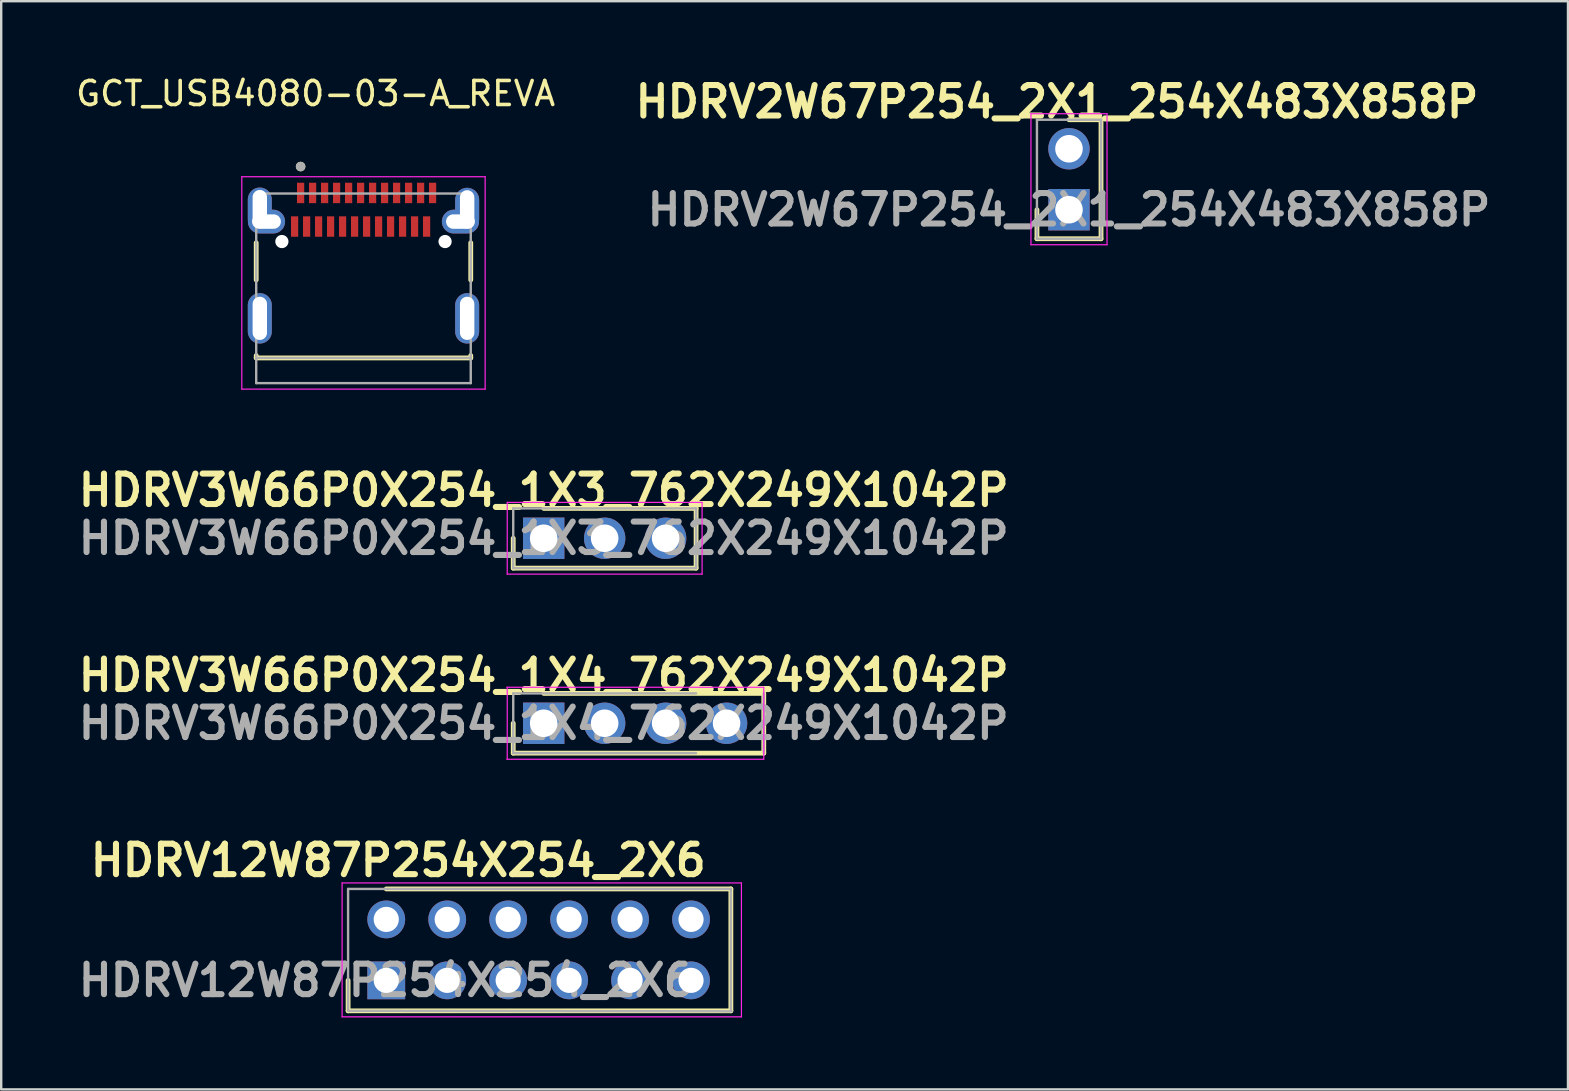
<source format=kicad_pcb>
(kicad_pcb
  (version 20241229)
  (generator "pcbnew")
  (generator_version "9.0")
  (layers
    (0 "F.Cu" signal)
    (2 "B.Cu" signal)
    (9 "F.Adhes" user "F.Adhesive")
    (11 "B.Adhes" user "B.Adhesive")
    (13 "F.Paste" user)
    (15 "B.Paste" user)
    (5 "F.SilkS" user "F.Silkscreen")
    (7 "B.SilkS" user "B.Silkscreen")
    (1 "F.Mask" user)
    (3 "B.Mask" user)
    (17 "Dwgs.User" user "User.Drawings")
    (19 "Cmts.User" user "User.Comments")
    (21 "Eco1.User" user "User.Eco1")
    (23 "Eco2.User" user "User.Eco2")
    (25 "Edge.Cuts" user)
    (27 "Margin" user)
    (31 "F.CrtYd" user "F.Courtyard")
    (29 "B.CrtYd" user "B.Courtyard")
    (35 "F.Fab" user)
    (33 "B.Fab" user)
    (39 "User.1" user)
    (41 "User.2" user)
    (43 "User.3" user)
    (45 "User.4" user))
  (footprint "GCT_USB4080-03-A_REVA"
    (layer "F.Cu")
    (at 12.096 5.665)
    (property "Reference" "GCT_USB4080-03-A_REVA" (at -1.995 -4.817 0) (layer "F.SilkS") (effects (font (size 1 1) (thickness 0.15))))
    (attr smd)
    (fp_line (start -4.47 1.4) (end -4.47 2.95) (stroke (width 0.2) (type solid)) (layer "F.SilkS"))
    (fp_line (start -4.47 6.2) (end -4.47 6.1) (stroke (width 0.2) (type solid)) (layer "F.SilkS"))
    (fp_line (start -4.47 6.2) (end 4.47 6.2) (stroke (width 0.2) (type solid)) (layer "F.SilkS"))
    (fp_line (start 4.47 1.4) (end 4.47 2.95) (stroke (width 0.2) (type solid)) (layer "F.SilkS"))
    (fp_line (start 4.47 6.2) (end 4.47 6.1) (stroke (width 0.2) (type solid)) (layer "F.SilkS"))
    (fp_circle (center -2.62 -1.775) (end -2.52 -1.775) (stroke (width 0.2) (type solid)) (fill no) (layer "F.SilkS"))
    (fp_line (start -5.07 -1.35) (end -5.07 7.5) (stroke (width 0.05) (type solid)) (layer "F.CrtYd"))
    (fp_line (start -5.07 7.5) (end 5.07 7.5) (stroke (width 0.05) (type solid)) (layer "F.CrtYd"))
    (fp_line (start 5.07 -1.35) (end -5.07 -1.35) (stroke (width 0.05) (type solid)) (layer "F.CrtYd"))
    (fp_line (start 5.07 7.5) (end 5.07 -1.35) (stroke (width 0.05) (type solid)) (layer "F.CrtYd"))
    (fp_line (start -4.47 -0.65) (end -4.47 6.2) (stroke (width 0.1) (type solid)) (layer "F.Fab"))
    (fp_line (start -4.47 6.2) (end -4.47 7.25) (stroke (width 0.1) (type solid)) (layer "F.Fab"))
    (fp_line (start -4.47 6.2) (end 4.47 6.2) (stroke (width 0.1) (type solid)) (layer "F.Fab"))
    (fp_line (start -4.47 7.25) (end 4.47 7.25) (stroke (width 0.1) (type solid)) (layer "F.Fab"))
    (fp_line (start 4.47 -0.65) (end -4.47 -0.65) (stroke (width 0.1) (type solid)) (layer "F.Fab"))
    (fp_line (start 4.47 6.2) (end 4.47 -0.65) (stroke (width 0.1) (type solid)) (layer "F.Fab"))
    (fp_line (start 4.47 7.25) (end 4.47 6.2) (stroke (width 0.1) (type solid)) (layer "F.Fab"))
    (fp_circle (center -2.62 -1.775) (end -2.52 -1.775) (stroke (width 0.2) (type solid)) (fill no) (layer "F.Fab"))
    (pad "" np_thru_hole circle (at -3.4 1.35) (size 0.55 0.55) (drill 0.55) (layers "*.Cu" "*.Mask"))
    (pad "" np_thru_hole circle (at 3.4 1.35) (size 0.55 0.55) (drill 0.55) (layers "*.Cu" "*.Mask"))
    (pad "31" thru_hole oval (at -4.042 0.518) (size 1.549 0.991) (drill oval 1.2 0.6) (layers "*.Cu" "*.Paste" "*.Mask"))
    (pad "32" thru_hole oval (at 4.041 0.518) (size 1.549 0.991) (drill oval 1.2 0.6) (layers "*.Cu" "*.Paste" "*.Mask"))
    (pad "A1" smd rect (at -2.62 -0.675) (size 0.3 0.85) (layers "F.Cu" "F.Mask" "F.Paste"))
    (pad "A2" smd rect (at -2.12 -0.675) (size 0.3 0.85) (layers "F.Cu" "F.Mask" "F.Paste"))
    (pad "A3" smd rect (at -1.62 -0.675) (size 0.3 0.85) (layers "F.Cu" "F.Mask" "F.Paste"))
    (pad "A4" smd rect (at -1.12 -0.675) (size 0.3 0.85) (layers "F.Cu" "F.Mask" "F.Paste"))
    (pad "A5" smd rect (at -0.62 -0.675) (size 0.3 0.85) (layers "F.Cu" "F.Mask" "F.Paste"))
    (pad "A6" smd rect (at -0.12 -0.675) (size 0.3 0.85) (layers "F.Cu" "F.Mask" "F.Paste"))
    (pad "A7" smd rect (at 0.38 -0.675) (size 0.3 0.85) (layers "F.Cu" "F.Mask" "F.Paste"))
    (pad "A8" smd rect (at 0.88 -0.675) (size 0.3 0.85) (layers "F.Cu" "F.Mask" "F.Paste"))
    (pad "A9" smd rect (at 1.38 -0.675) (size 0.3 0.85) (layers "F.Cu" "F.Mask" "F.Paste"))
    (pad "A10" smd rect (at 1.88 -0.675) (size 0.3 0.85) (layers "F.Cu" "F.Mask" "F.Paste"))
    (pad "A11" smd rect (at 2.38 -0.675) (size 0.3 0.85) (layers "F.Cu" "F.Mask" "F.Paste"))
    (pad "A12" smd rect (at 2.88 -0.675) (size 0.3 0.85) (layers "F.Cu" "F.Mask" "F.Paste"))
    (pad "B1" smd rect (at 2.63 0.725) (size 0.3 0.85) (layers "F.Cu" "F.Mask" "F.Paste"))
    (pad "B2" smd rect (at 2.13 0.725) (size 0.3 0.85) (layers "F.Cu" "F.Mask" "F.Paste"))
    (pad "B3" smd rect (at 1.63 0.725) (size 0.3 0.85) (layers "F.Cu" "F.Mask" "F.Paste"))
    (pad "B4" smd rect (at 1.13 0.725) (size 0.3 0.85) (layers "F.Cu" "F.Mask" "F.Paste"))
    (pad "B5" smd rect (at 0.63 0.725) (size 0.3 0.85) (layers "F.Cu" "F.Mask" "F.Paste"))
    (pad "B6" smd rect (at 0.13 0.725) (size 0.3 0.85) (layers "F.Cu" "F.Mask" "F.Paste"))
    (pad "B7" smd rect (at -0.37 0.725) (size 0.3 0.85) (layers "F.Cu" "F.Mask" "F.Paste"))
    (pad "B8" smd rect (at -0.87 0.725) (size 0.3 0.85) (layers "F.Cu" "F.Mask" "F.Paste"))
    (pad "B9" smd rect (at -1.37 0.725) (size 0.3 0.85) (layers "F.Cu" "F.Mask" "F.Paste"))
    (pad "B10" smd rect (at -1.87 0.725) (size 0.3 0.85) (layers "F.Cu" "F.Mask" "F.Paste"))
    (pad "B11" smd rect (at -2.37 0.725) (size 0.3 0.85) (layers "F.Cu" "F.Mask" "F.Paste"))
    (pad "B12" smd rect (at -2.87 0.725) (size 0.3 0.85) (layers "F.Cu" "F.Mask" "F.Paste"))
    (pad "G1" thru_hole oval (at -4.32 0) (size 1 1.8) (drill oval 0.6 1.6) (layers "*.Cu" "*.Paste" "*.Mask"))
    (pad "G2" thru_hole oval (at 4.32 0.01) (size 1 1.8) (drill oval 0.6 1.6) (layers "*.Cu" "*.Paste" "*.Mask"))
    (pad "G3" thru_hole oval (at -4.32 4.55) (size 1 2.1) (drill oval 0.6 1.8) (layers "*.Cu" "*.Paste" "*.Mask"))
    (pad "G4" thru_hole oval (at 4.32 4.55) (size 1 2.1) (drill oval 0.6 1.8) (layers "*.Cu" "*.Paste" "*.Mask")))
  (footprint "HDRV3W66P0X254_1X4_762X249X1042P"
    (layer "F.Cu")
    (at 19.606 27.088)
    (property "Reference" "HDRV3W66P0X254_1X4_762X249X1042P" (at 0 -2 0) (layer "F.SilkS") (effects (font (size 1.27 1.27) (thickness 0.254))))
    (attr through_hole)
    (fp_line (start -1.27 0) (end -1.27 1.245) (stroke (width 0.2) (type solid)) (layer "F.SilkS"))
    (fp_line (start -1.27 1.245) (end 9.17 1.245) (stroke (width 0.2) (type solid)) (layer "F.SilkS"))
    (fp_line (start 9.11 -1.245) (end 0 -1.245) (stroke (width 0.2) (type solid)) (layer "F.SilkS"))
    (fp_line (start 9.17 1.245) (end 9.17 -1.245) (stroke (width 0.2) (type solid)) (layer "F.SilkS"))
    (fp_line (start -1.54 -1.5) (end 9.17 -1.5) (stroke (width 0.05) (type solid)) (layer "F.CrtYd"))
    (fp_line (start -1.52 1.495) (end -1.52 -1.495) (stroke (width 0.05) (type solid)) (layer "F.CrtYd"))
    (fp_line (start 9.17 -1.495) (end 9.17 1.495) (stroke (width 0.05) (type solid)) (layer "F.CrtYd"))
    (fp_line (start 9.17 1.5) (end -1.54 1.5) (stroke (width 0.05) (type solid)) (layer "F.CrtYd"))
    (fp_line (start -1.27 -1.245) (end 6.35 -1.245) (stroke (width 0.1) (type solid)) (layer "F.Fab"))
    (fp_line (start -1.27 1.245) (end -1.27 -1.245) (stroke (width 0.1) (type solid)) (layer "F.Fab"))
    (fp_line (start 6.35 1.245) (end -1.27 1.245) (stroke (width 0.1) (type solid)) (layer "F.Fab"))
    (fp_line (start 9.17 -1.245) (end 9.17 1.245) (stroke (width 0.1) (type solid)) (layer "F.Fab"))
    (fp_text user "${REFERENCE}" (at 0 0 0) (layer "F.Fab") (effects (font (size 1.27 1.27) (thickness 0.254))))
    (pad "1" thru_hole rect (at 0 0) (size 1.725 1.725) (drill 1.15) (layers "*.Cu" "*.Mask"))
    (pad "2" thru_hole circle (at 2.54 0) (size 1.725 1.725) (drill 1.15) (layers "*.Cu" "*.Mask"))
    (pad "3" thru_hole circle (at 5.08 0) (size 1.725 1.725) (drill 1.15) (layers "*.Cu" "*.Mask"))
    (pad "4" thru_hole circle (at 7.62 0) (size 1.725 1.725) (drill 1.15) (layers "*.Cu" "*.Mask")))
  (footprint "HDRV12W87P254X254_2X6"
    (layer "F.Cu")
    (at 13.045 37.801)
    (property "Reference" "HDRV12W87P254X254_2X6" (at 0.5 -5 0) (layer "F.SilkS") (effects (font (size 1.27 1.27) (thickness 0.254))))
    (attr through_hole)
    (fp_line (start -1.59 0) (end -1.59 1.27) (stroke (width 0.2) (type solid)) (layer "F.SilkS"))
    (fp_line (start -1.59 1.27) (end 14.36 1.27) (stroke (width 0.2) (type solid)) (layer "F.SilkS"))
    (fp_line (start 14.36 -3.81) (end 0 -3.81) (stroke (width 0.2) (type solid)) (layer "F.SilkS"))
    (fp_line (start 14.36 1.27) (end 14.36 -3.81) (stroke (width 0.2) (type solid)) (layer "F.SilkS"))
    (fp_line (start -1.84 -4.06) (end 14.8 -4.06) (stroke (width 0.05) (type solid)) (layer "F.CrtYd"))
    (fp_line (start -1.84 1.52) (end -1.84 -4.06) (stroke (width 0.05) (type solid)) (layer "F.CrtYd"))
    (fp_line (start 14.8 -4.06) (end 14.8 1.52) (stroke (width 0.05) (type solid)) (layer "F.CrtYd"))
    (fp_line (start 14.8 1.52) (end -1.84 1.52) (stroke (width 0.05) (type solid)) (layer "F.CrtYd"))
    (fp_line (start -1.59 -3.81) (end 14.36 -3.81) (stroke (width 0.1) (type solid)) (layer "F.Fab"))
    (fp_line (start -1.59 1.27) (end -1.59 -3.81) (stroke (width 0.1) (type solid)) (layer "F.Fab"))
    (fp_line (start 14.36 -3.81) (end 14.36 1.27) (stroke (width 0.1) (type solid)) (layer "F.Fab"))
    (fp_line (start 14.39 1.29) (end -1.59 1.27) (stroke (width 0.1) (type solid)) (layer "F.Fab"))
    (fp_text user "${REFERENCE}" (at 0 0 0) (layer "F.Fab") (effects (font (size 1.27 1.27) (thickness 0.254))))
    (pad "1" thru_hole rect (at 0 0) (size 1.575 1.575) (drill 1.05) (layers "*.Cu" "*.Mask"))
    (pad "2" thru_hole circle (at 0 -2.54) (size 1.575 1.575) (drill 1.05) (layers "*.Cu" "*.Mask"))
    (pad "3" thru_hole circle (at 2.54 0) (size 1.575 1.575) (drill 1.05) (layers "*.Cu" "*.Mask"))
    (pad "4" thru_hole circle (at 2.54 -2.54) (size 1.575 1.575) (drill 1.05) (layers "*.Cu" "*.Mask"))
    (pad "5" thru_hole circle (at 5.08 0) (size 1.575 1.575) (drill 1.05) (layers "*.Cu" "*.Mask"))
    (pad "6" thru_hole circle (at 5.08 -2.54) (size 1.575 1.575) (drill 1.05) (layers "*.Cu" "*.Mask"))
    (pad "7" thru_hole circle (at 7.62 0) (size 1.575 1.575) (drill 1.05) (layers "*.Cu" "*.Mask"))
    (pad "8" thru_hole circle (at 7.62 -2.54) (size 1.575 1.575) (drill 1.05) (layers "*.Cu" "*.Mask"))
    (pad "9" thru_hole circle (at 10.16 0) (size 1.575 1.575) (drill 1.05) (layers "*.Cu" "*.Mask"))
    (pad "10" thru_hole circle (at 10.16 -2.54) (size 1.575 1.575) (drill 1.05) (layers "*.Cu" "*.Mask"))
    (pad "11" thru_hole circle (at 12.7 0) (size 1.575 1.575) (drill 1.05) (layers "*.Cu" "*.Mask"))
    (pad "12" thru_hole circle (at 12.7 -2.54) (size 1.575 1.575) (drill 1.05) (layers "*.Cu" "*.Mask")))
  (footprint "HDRV3W66P0X254_1X3_762X249X1042P"
    (layer "F.Cu")
    (at 19.606 19.379)
    (property "Reference" "HDRV3W66P0X254_1X3_762X249X1042P" (at 0 -2 0) (layer "F.SilkS") (effects (font (size 1.27 1.27) (thickness 0.254))))
    (attr through_hole)
    (fp_line (start -1.27 0) (end -1.27 1.245) (stroke (width 0.2) (type solid)) (layer "F.SilkS"))
    (fp_line (start -1.27 1.245) (end 6.35 1.245) (stroke (width 0.2) (type solid)) (layer "F.SilkS"))
    (fp_line (start 6.35 -1.245) (end 0 -1.245) (stroke (width 0.2) (type solid)) (layer "F.SilkS"))
    (fp_line (start 6.35 1.245) (end 6.35 -1.245) (stroke (width 0.2) (type solid)) (layer "F.SilkS"))
    (fp_line (start -1.52 -1.495) (end 6.6 -1.495) (stroke (width 0.05) (type solid)) (layer "F.CrtYd"))
    (fp_line (start -1.52 1.495) (end -1.52 -1.495) (stroke (width 0.05) (type solid)) (layer "F.CrtYd"))
    (fp_line (start 6.6 -1.495) (end 6.6 1.495) (stroke (width 0.05) (type solid)) (layer "F.CrtYd"))
    (fp_line (start 6.6 1.495) (end -1.52 1.495) (stroke (width 0.05) (type solid)) (layer "F.CrtYd"))
    (fp_line (start -1.27 -1.245) (end 6.35 -1.245) (stroke (width 0.1) (type solid)) (layer "F.Fab"))
    (fp_line (start -1.27 1.245) (end -1.27 -1.245) (stroke (width 0.1) (type solid)) (layer "F.Fab"))
    (fp_line (start 6.35 -1.245) (end 6.35 1.245) (stroke (width 0.1) (type solid)) (layer "F.Fab"))
    (fp_line (start 6.35 1.245) (end -1.27 1.245) (stroke (width 0.1) (type solid)) (layer "F.Fab"))
    (fp_text user "${REFERENCE}" (at 0 0 0) (layer "F.Fab") (effects (font (size 1.27 1.27) (thickness 0.254))))
    (pad "1" thru_hole rect (at 0 0) (size 1.725 1.725) (drill 1.15) (layers "*.Cu" "*.Mask"))
    (pad "2" thru_hole circle (at 2.54 0) (size 1.725 1.725) (drill 1.15) (layers "*.Cu" "*.Mask"))
    (pad "3" thru_hole circle (at 5.08 0) (size 1.725 1.725) (drill 1.15) (layers "*.Cu" "*.Mask")))
  (footprint "HDRV2W67P254_2X1_254X483X858P"
    (layer "F.Cu")
    (at 41.494 5.689)
    (property "Reference" "HDRV2W67P254_2X1_254X483X858P" (at -0.5 -4.5 0) (layer "F.SilkS") (effects (font (size 1.27 1.27) (thickness 0.254))))
    (attr through_hole)
    (fp_line (start -1.335 0) (end -1.335 1.21) (stroke (width 0.2) (type solid)) (layer "F.SilkS"))
    (fp_line (start -1.335 1.21) (end 1.335 1.21) (stroke (width 0.2) (type solid)) (layer "F.SilkS"))
    (fp_line (start 1.335 -3.75) (end 0 -3.75) (stroke (width 0.2) (type solid)) (layer "F.SilkS"))
    (fp_line (start 1.335 1.21) (end 1.335 -3.75) (stroke (width 0.2) (type solid)) (layer "F.SilkS"))
    (fp_line (start -1.585 -4) (end 1.585 -4) (stroke (width 0.05) (type solid)) (layer "F.CrtYd"))
    (fp_line (start -1.585 1.46) (end -1.585 -4) (stroke (width 0.05) (type solid)) (layer "F.CrtYd"))
    (fp_line (start 1.585 -4) (end 1.585 1.46) (stroke (width 0.05) (type solid)) (layer "F.CrtYd"))
    (fp_line (start 1.585 1.46) (end -1.585 1.46) (stroke (width 0.05) (type solid)) (layer "F.CrtYd"))
    (fp_line (start -1.335 -3.75) (end 1.335 -3.75) (stroke (width 0.1) (type solid)) (layer "F.Fab"))
    (fp_line (start -1.335 1.21) (end -1.335 -3.75) (stroke (width 0.1) (type solid)) (layer "F.Fab"))
    (fp_line (start 1.335 -3.75) (end 1.335 1.21) (stroke (width 0.1) (type solid)) (layer "F.Fab"))
    (fp_line (start 1.335 1.21) (end -1.335 1.21) (stroke (width 0.1) (type solid)) (layer "F.Fab"))
    (fp_text user "${REFERENCE}" (at 0 0 0) (layer "F.Fab") (effects (font (size 1.27 1.27) (thickness 0.254))))
    (pad "1" thru_hole rect (at 0 0) (size 1.725 1.725) (drill 1.15) (layers "*.Cu" "*.Mask"))
    (pad "2" thru_hole circle (at 0 -2.54) (size 1.725 1.725) (drill 1.15) (layers "*.Cu" "*.Mask")))
  (gr_rect
    (start -3 -3)
    (end 62.287 42.346)
    (stroke (width 0.1) (type default))
    (fill no)
    (layer "Edge.Cuts")))
</source>
